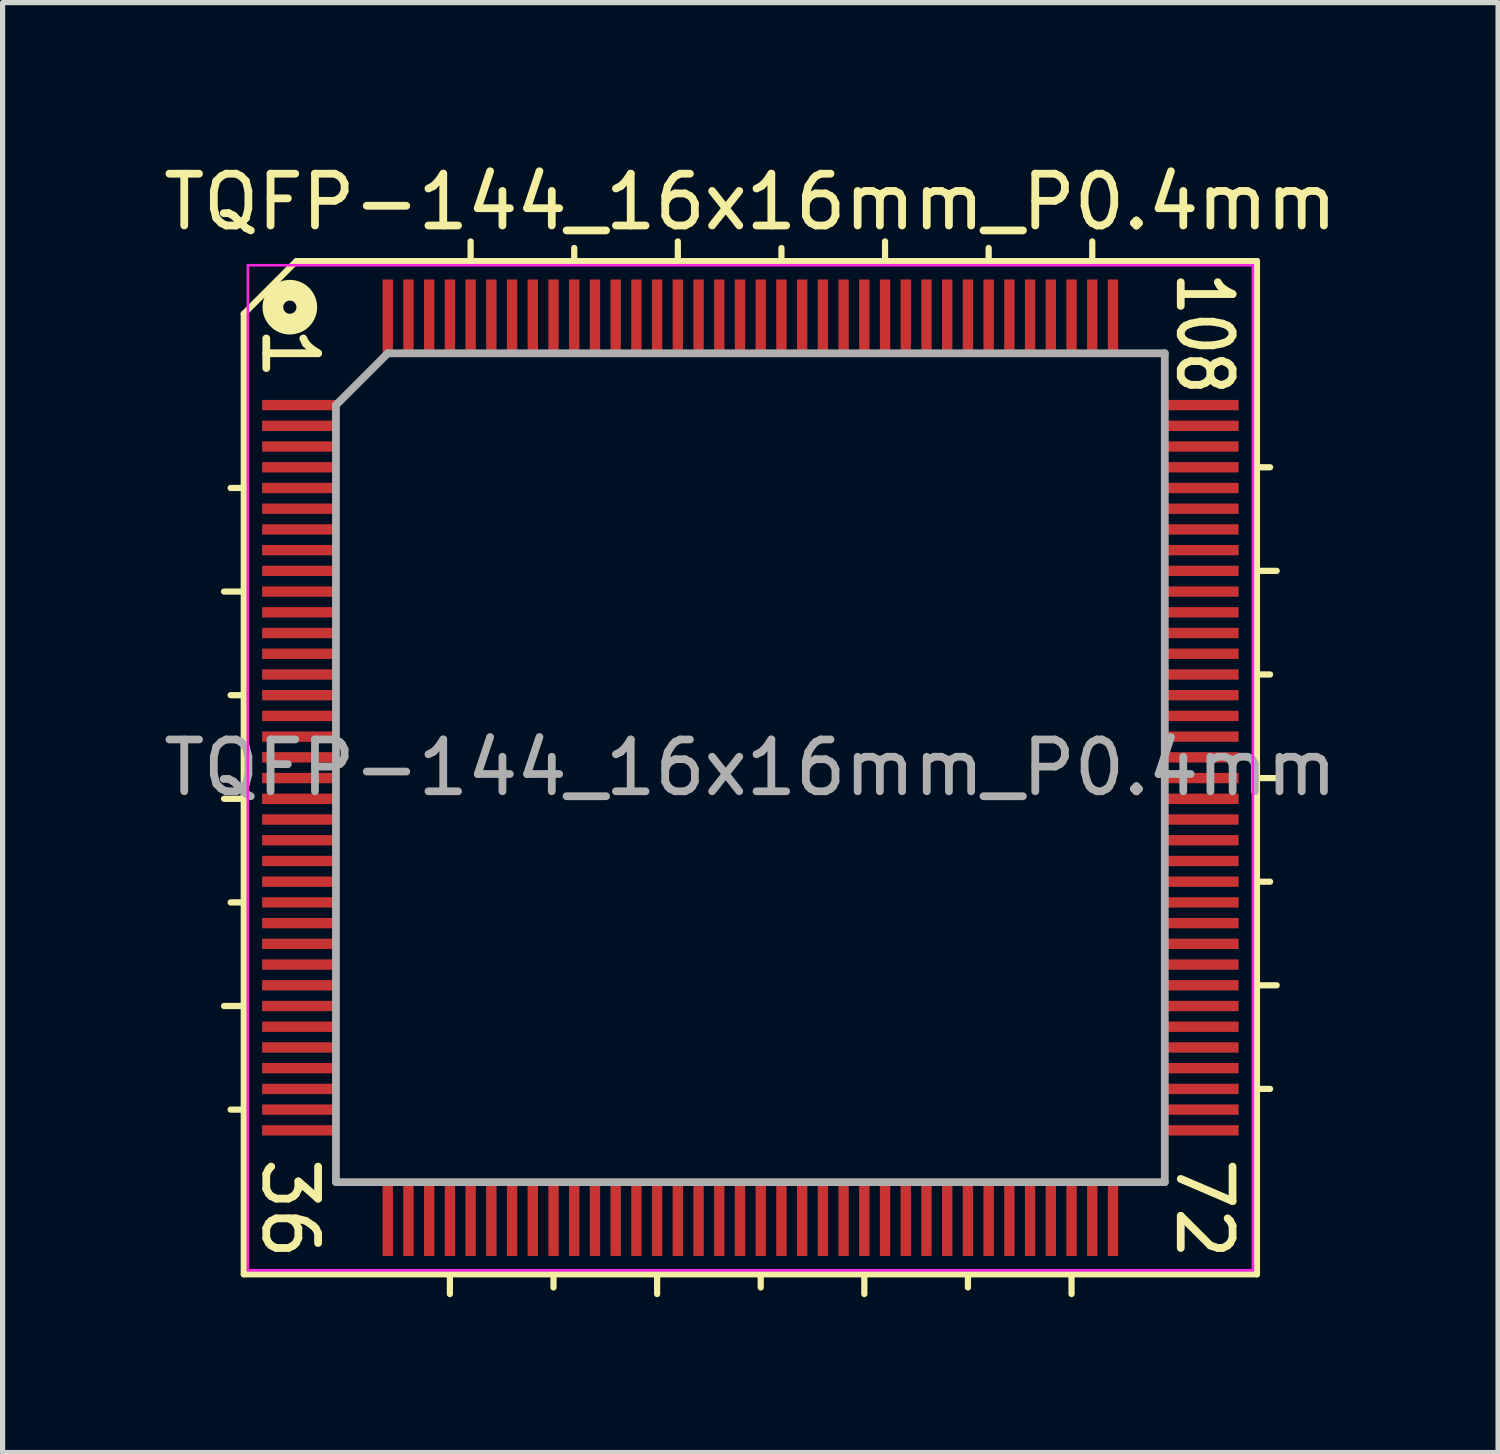
<source format=kicad_pcb>
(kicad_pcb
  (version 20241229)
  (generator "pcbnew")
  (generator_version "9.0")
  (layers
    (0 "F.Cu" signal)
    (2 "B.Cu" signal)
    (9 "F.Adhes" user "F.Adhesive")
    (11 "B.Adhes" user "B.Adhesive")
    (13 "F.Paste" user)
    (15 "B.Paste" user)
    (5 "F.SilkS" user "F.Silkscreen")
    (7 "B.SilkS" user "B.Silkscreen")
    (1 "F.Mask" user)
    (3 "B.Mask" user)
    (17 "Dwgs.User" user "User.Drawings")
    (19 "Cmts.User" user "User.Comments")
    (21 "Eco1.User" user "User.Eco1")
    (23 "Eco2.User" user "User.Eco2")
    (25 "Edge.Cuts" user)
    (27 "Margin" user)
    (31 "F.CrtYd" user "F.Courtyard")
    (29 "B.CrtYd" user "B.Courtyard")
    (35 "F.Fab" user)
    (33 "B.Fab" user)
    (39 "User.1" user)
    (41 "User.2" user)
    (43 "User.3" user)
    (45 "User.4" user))
  (footprint "TQFP-144_16x16mm_P0.4mm"
    (layer "F.Cu")
    (at 11.435 11.77)
    (property "Reference" "TQFP-144_16x16mm_P0.4mm" (at 0 -10.922 0) (layer "F.SilkS") (effects (font (size 1 1) (thickness 0.15))))
    (attr smd)
    (fp_line (start -10.16 -3.4) (end -9.8 -3.4) (stroke (width 0.12) (type solid)) (layer "F.SilkS"))
    (fp_line (start -10.16 0.6) (end -9.8 0.6) (stroke (width 0.12) (type solid)) (layer "F.SilkS"))
    (fp_line (start -10.16 4.6) (end -9.8 4.6) (stroke (width 0.12) (type solid)) (layer "F.SilkS"))
    (fp_line (start -10.033 -1.4) (end -9.8 -1.4) (stroke (width 0.12) (type solid)) (layer "F.SilkS"))
    (fp_line (start -10.033 2.6) (end -9.8 2.6) (stroke (width 0.12) (type solid)) (layer "F.SilkS"))
    (fp_line (start -10.033 6.6) (end -9.8 6.6) (stroke (width 0.12) (type solid)) (layer "F.SilkS"))
    (fp_line (start -9.779 -8.763) (end -9.779 9.779) (stroke (width 0.12) (type solid)) (layer "F.SilkS"))
    (fp_line (start -9.779 -5.4) (end -10.033 -5.4) (stroke (width 0.12) (type solid)) (layer "F.SilkS"))
    (fp_line (start -9.779 9.779) (end 9.779 9.779) (stroke (width 0.12) (type solid)) (layer "F.SilkS"))
    (fp_line (start -8.763 -9.779) (end -9.779 -8.763) (stroke (width 0.12) (type solid)) (layer "F.SilkS"))
    (fp_line (start -5.8 10.16) (end -5.8 9.8) (stroke (width 0.12) (type solid)) (layer "F.SilkS"))
    (fp_line (start -5.4 -9.8) (end -5.4 -10.16) (stroke (width 0.12) (type solid)) (layer "F.SilkS"))
    (fp_line (start -3.8 10.033) (end -3.8 9.8) (stroke (width 0.12) (type solid)) (layer "F.SilkS"))
    (fp_line (start -3.4 -9.8) (end -3.4 -10.033) (stroke (width 0.12) (type solid)) (layer "F.SilkS"))
    (fp_line (start -1.8 10.16) (end -1.8 9.8) (stroke (width 0.12) (type solid)) (layer "F.SilkS"))
    (fp_line (start -1.4 -9.8) (end -1.4 -10.16) (stroke (width 0.12) (type solid)) (layer "F.SilkS"))
    (fp_line (start 0.2 10.033) (end 0.2 9.8) (stroke (width 0.12) (type solid)) (layer "F.SilkS"))
    (fp_line (start 0.6 -9.8) (end 0.6 -10.033) (stroke (width 0.12) (type solid)) (layer "F.SilkS"))
    (fp_line (start 2.2 10.16) (end 2.2 9.8) (stroke (width 0.12) (type solid)) (layer "F.SilkS"))
    (fp_line (start 2.6 -9.8) (end 2.6 -10.16) (stroke (width 0.12) (type solid)) (layer "F.SilkS"))
    (fp_line (start 4.2 10.033) (end 4.2 9.8) (stroke (width 0.12) (type solid)) (layer "F.SilkS"))
    (fp_line (start 4.6 -9.8) (end 4.6 -10.033) (stroke (width 0.12) (type solid)) (layer "F.SilkS"))
    (fp_line (start 6.2 10.16) (end 6.2 9.8) (stroke (width 0.12) (type solid)) (layer "F.SilkS"))
    (fp_line (start 6.6 -9.8) (end 6.6 -10.16) (stroke (width 0.12) (type solid)) (layer "F.SilkS"))
    (fp_line (start 9.779 -9.779) (end -8.763 -9.779) (stroke (width 0.12) (type solid)) (layer "F.SilkS"))
    (fp_line (start 9.779 9.779) (end 9.779 -9.779) (stroke (width 0.12) (type solid)) (layer "F.SilkS"))
    (fp_line (start 9.8 -5.8) (end 10.033 -5.8) (stroke (width 0.12) (type solid)) (layer "F.SilkS"))
    (fp_line (start 9.8 -3.8) (end 10.16 -3.8) (stroke (width 0.12) (type solid)) (layer "F.SilkS"))
    (fp_line (start 9.8 -1.8) (end 10.033 -1.8) (stroke (width 0.12) (type solid)) (layer "F.SilkS"))
    (fp_line (start 9.8 0.2) (end 10.16 0.2) (stroke (width 0.12) (type solid)) (layer "F.SilkS"))
    (fp_line (start 9.8 2.2) (end 10.033 2.2) (stroke (width 0.12) (type solid)) (layer "F.SilkS"))
    (fp_line (start 9.8 4.2) (end 10.16 4.2) (stroke (width 0.12) (type solid)) (layer "F.SilkS"))
    (fp_line (start 9.8 6.2) (end 10.033 6.2) (stroke (width 0.12) (type solid)) (layer "F.SilkS"))
    (fp_circle (center -8.89 -8.89) (end -8.763 -8.89) (stroke (width 0.4) (type solid)) (fill no) (layer "F.SilkS"))
    (fp_line (start -9.7 -9.7) (end -9.7 9.7) (stroke (width 0.05) (type solid)) (layer "F.CrtYd"))
    (fp_line (start -9.7 -9.7) (end 9.7 -9.7) (stroke (width 0.05) (type solid)) (layer "F.CrtYd"))
    (fp_line (start -9.7 9.7) (end 9.7 9.7) (stroke (width 0.05) (type solid)) (layer "F.CrtYd"))
    (fp_line (start 9.7 -9.7) (end 9.7 9.7) (stroke (width 0.05) (type solid)) (layer "F.CrtYd"))
    (fp_line (start -8 -7) (end -7 -8) (stroke (width 0.15) (type solid)) (layer "F.Fab"))
    (fp_line (start -8 8) (end -8 -7) (stroke (width 0.15) (type solid)) (layer "F.Fab"))
    (fp_line (start -7 -8) (end 8 -8) (stroke (width 0.15) (type solid)) (layer "F.Fab"))
    (fp_line (start 8 -8) (end 8 8) (stroke (width 0.15) (type solid)) (layer "F.Fab"))
    (fp_line (start 8 8) (end -8 8) (stroke (width 0.15) (type solid)) (layer "F.Fab"))
    (fp_text user "36" (at -8.89 8.509 270) (unlocked yes) (layer "F.SilkS") (effects (font (size 1 1) (thickness 0.15))))
    (fp_text user "1" (at -8.89 -8.001 270) (unlocked yes) (layer "F.SilkS") (effects (font (size 1 1) (thickness 0.15))))
    (fp_text user "108" (at 8.763 -8.382 270) (unlocked yes) (layer "F.SilkS") (effects (font (size 1 0.8) (thickness 0.15))))
    (fp_text user "72" (at 8.763 8.509 270) (unlocked yes) (layer "F.SilkS") (effects (font (size 1 1) (thickness 0.15))))
    (fp_text user "${REFERENCE}" (at 0 0 0) (layer "F.Fab") (effects (font (size 1 1) (thickness 0.15))))
    (pad "1" smd rect (at -8.7 -7) (size 1.45 0.2) (layers "F.Cu" "F.Mask" "F.Paste"))
    (pad "2" smd rect (at -8.7 -6.6) (size 1.45 0.2) (layers "F.Cu" "F.Mask" "F.Paste"))
    (pad "3" smd rect (at -8.7 -6.2) (size 1.45 0.2) (layers "F.Cu" "F.Mask" "F.Paste"))
    (pad "4" smd rect (at -8.7 -5.8) (size 1.45 0.2) (layers "F.Cu" "F.Mask" "F.Paste"))
    (pad "5" smd rect (at -8.7 -5.4) (size 1.45 0.2) (layers "F.Cu" "F.Mask" "F.Paste"))
    (pad "6" smd rect (at -8.7 -5) (size 1.45 0.2) (layers "F.Cu" "F.Mask" "F.Paste"))
    (pad "7" smd rect (at -8.7 -4.6) (size 1.45 0.2) (layers "F.Cu" "F.Mask" "F.Paste"))
    (pad "8" smd rect (at -8.7 -4.2) (size 1.45 0.2) (layers "F.Cu" "F.Mask" "F.Paste"))
    (pad "9" smd rect (at -8.7 -3.8) (size 1.45 0.2) (layers "F.Cu" "F.Mask" "F.Paste"))
    (pad "10" smd rect (at -8.7 -3.4) (size 1.45 0.2) (layers "F.Cu" "F.Mask" "F.Paste"))
    (pad "11" smd rect (at -8.7 -3) (size 1.45 0.2) (layers "F.Cu" "F.Mask" "F.Paste"))
    (pad "12" smd rect (at -8.7 -2.6) (size 1.45 0.2) (layers "F.Cu" "F.Mask" "F.Paste"))
    (pad "13" smd rect (at -8.7 -2.2) (size 1.45 0.2) (layers "F.Cu" "F.Mask" "F.Paste"))
    (pad "14" smd rect (at -8.7 -1.8) (size 1.45 0.2) (layers "F.Cu" "F.Mask" "F.Paste"))
    (pad "15" smd rect (at -8.7 -1.4) (size 1.45 0.2) (layers "F.Cu" "F.Mask" "F.Paste"))
    (pad "16" smd rect (at -8.7 -1) (size 1.45 0.2) (layers "F.Cu" "F.Mask" "F.Paste"))
    (pad "17" smd rect (at -8.7 -0.6) (size 1.45 0.2) (layers "F.Cu" "F.Mask" "F.Paste"))
    (pad "18" smd rect (at -8.7 -0.2) (size 1.45 0.2) (layers "F.Cu" "F.Mask" "F.Paste"))
    (pad "19" smd rect (at -8.7 0.2) (size 1.45 0.2) (layers "F.Cu" "F.Mask" "F.Paste"))
    (pad "20" smd rect (at -8.7 0.6) (size 1.45 0.2) (layers "F.Cu" "F.Mask" "F.Paste"))
    (pad "21" smd rect (at -8.7 1) (size 1.45 0.2) (layers "F.Cu" "F.Mask" "F.Paste"))
    (pad "22" smd rect (at -8.7 1.4) (size 1.45 0.2) (layers "F.Cu" "F.Mask" "F.Paste"))
    (pad "23" smd rect (at -8.7 1.8) (size 1.45 0.2) (layers "F.Cu" "F.Mask" "F.Paste"))
    (pad "24" smd rect (at -8.7 2.2) (size 1.45 0.2) (layers "F.Cu" "F.Mask" "F.Paste"))
    (pad "25" smd rect (at -8.7 2.6) (size 1.45 0.2) (layers "F.Cu" "F.Mask" "F.Paste"))
    (pad "26" smd rect (at -8.7 3) (size 1.45 0.2) (layers "F.Cu" "F.Mask" "F.Paste"))
    (pad "27" smd rect (at -8.7 3.4) (size 1.45 0.2) (layers "F.Cu" "F.Mask" "F.Paste"))
    (pad "28" smd rect (at -8.7 3.8) (size 1.45 0.2) (layers "F.Cu" "F.Mask" "F.Paste"))
    (pad "29" smd rect (at -8.7 4.2) (size 1.45 0.2) (layers "F.Cu" "F.Mask" "F.Paste"))
    (pad "30" smd rect (at -8.7 4.6) (size 1.45 0.2) (layers "F.Cu" "F.Mask" "F.Paste"))
    (pad "31" smd rect (at -8.7 5) (size 1.45 0.2) (layers "F.Cu" "F.Mask" "F.Paste"))
    (pad "32" smd rect (at -8.7 5.4) (size 1.45 0.2) (layers "F.Cu" "F.Mask" "F.Paste"))
    (pad "33" smd rect (at -8.7 5.8) (size 1.45 0.2) (layers "F.Cu" "F.Mask" "F.Paste"))
    (pad "34" smd rect (at -8.7 6.2) (size 1.45 0.2) (layers "F.Cu" "F.Mask" "F.Paste"))
    (pad "35" smd rect (at -8.7 6.6) (size 1.45 0.2) (layers "F.Cu" "F.Mask" "F.Paste"))
    (pad "36" smd rect (at -8.7 7) (size 1.45 0.2) (layers "F.Cu" "F.Mask" "F.Paste"))
    (pad "37" smd rect (at -7 8.7 90) (size 1.45 0.2) (layers "F.Cu" "F.Mask" "F.Paste"))
    (pad "38" smd rect (at -6.6 8.7 90) (size 1.45 0.2) (layers "F.Cu" "F.Mask" "F.Paste"))
    (pad "39" smd rect (at -6.2 8.7 90) (size 1.45 0.2) (layers "F.Cu" "F.Mask" "F.Paste"))
    (pad "40" smd rect (at -5.8 8.7 90) (size 1.45 0.2) (layers "F.Cu" "F.Mask" "F.Paste"))
    (pad "41" smd rect (at -5.4 8.7 90) (size 1.45 0.2) (layers "F.Cu" "F.Mask" "F.Paste"))
    (pad "42" smd rect (at -5 8.7 90) (size 1.45 0.2) (layers "F.Cu" "F.Mask" "F.Paste"))
    (pad "43" smd rect (at -4.6 8.7 90) (size 1.45 0.2) (layers "F.Cu" "F.Mask" "F.Paste"))
    (pad "44" smd rect (at -4.2 8.7 90) (size 1.45 0.2) (layers "F.Cu" "F.Mask" "F.Paste"))
    (pad "45" smd rect (at -3.8 8.7 90) (size 1.45 0.2) (layers "F.Cu" "F.Mask" "F.Paste"))
    (pad "46" smd rect (at -3.4 8.7 90) (size 1.45 0.2) (layers "F.Cu" "F.Mask" "F.Paste"))
    (pad "47" smd rect (at -3 8.7 90) (size 1.45 0.2) (layers "F.Cu" "F.Mask" "F.Paste"))
    (pad "48" smd rect (at -2.6 8.7 90) (size 1.45 0.2) (layers "F.Cu" "F.Mask" "F.Paste"))
    (pad "49" smd rect (at -2.2 8.7 90) (size 1.45 0.2) (layers "F.Cu" "F.Mask" "F.Paste"))
    (pad "50" smd rect (at -1.8 8.7 90) (size 1.45 0.2) (layers "F.Cu" "F.Mask" "F.Paste"))
    (pad "51" smd rect (at -1.4 8.7 90) (size 1.45 0.2) (layers "F.Cu" "F.Mask" "F.Paste"))
    (pad "52" smd rect (at -1 8.7 90) (size 1.45 0.2) (layers "F.Cu" "F.Mask" "F.Paste"))
    (pad "53" smd rect (at -0.6 8.7 90) (size 1.45 0.2) (layers "F.Cu" "F.Mask" "F.Paste"))
    (pad "54" smd rect (at -0.2 8.7 90) (size 1.45 0.2) (layers "F.Cu" "F.Mask" "F.Paste"))
    (pad "55" smd rect (at 0.2 8.7 90) (size 1.45 0.2) (layers "F.Cu" "F.Mask" "F.Paste"))
    (pad "56" smd rect (at 0.6 8.7 90) (size 1.45 0.2) (layers "F.Cu" "F.Mask" "F.Paste"))
    (pad "57" smd rect (at 1 8.7 90) (size 1.45 0.2) (layers "F.Cu" "F.Mask" "F.Paste"))
    (pad "58" smd rect (at 1.4 8.7 90) (size 1.45 0.2) (layers "F.Cu" "F.Mask" "F.Paste"))
    (pad "59" smd rect (at 1.8 8.7 90) (size 1.45 0.2) (layers "F.Cu" "F.Mask" "F.Paste"))
    (pad "60" smd rect (at 2.2 8.7 90) (size 1.45 0.2) (layers "F.Cu" "F.Mask" "F.Paste"))
    (pad "61" smd rect (at 2.6 8.7 90) (size 1.45 0.2) (layers "F.Cu" "F.Mask" "F.Paste"))
    (pad "62" smd rect (at 3 8.7 90) (size 1.45 0.2) (layers "F.Cu" "F.Mask" "F.Paste"))
    (pad "63" smd rect (at 3.4 8.7 90) (size 1.45 0.2) (layers "F.Cu" "F.Mask" "F.Paste"))
    (pad "64" smd rect (at 3.8 8.7 90) (size 1.45 0.2) (layers "F.Cu" "F.Mask" "F.Paste"))
    (pad "65" smd rect (at 4.2 8.7 90) (size 1.45 0.2) (layers "F.Cu" "F.Mask" "F.Paste"))
    (pad "66" smd rect (at 4.6 8.7 90) (size 1.45 0.2) (layers "F.Cu" "F.Mask" "F.Paste"))
    (pad "67" smd rect (at 5 8.7 90) (size 1.45 0.2) (layers "F.Cu" "F.Mask" "F.Paste"))
    (pad "68" smd rect (at 5.4 8.7 90) (size 1.45 0.2) (layers "F.Cu" "F.Mask" "F.Paste"))
    (pad "69" smd rect (at 5.8 8.7 90) (size 1.45 0.2) (layers "F.Cu" "F.Mask" "F.Paste"))
    (pad "70" smd rect (at 6.2 8.7 90) (size 1.45 0.2) (layers "F.Cu" "F.Mask" "F.Paste"))
    (pad "71" smd rect (at 6.6 8.7 90) (size 1.45 0.2) (layers "F.Cu" "F.Mask" "F.Paste"))
    (pad "72" smd rect (at 7 8.7 90) (size 1.45 0.2) (layers "F.Cu" "F.Mask" "F.Paste"))
    (pad "73" smd rect (at 8.7 7) (size 1.45 0.2) (layers "F.Cu" "F.Mask" "F.Paste"))
    (pad "74" smd rect (at 8.7 6.6) (size 1.45 0.2) (layers "F.Cu" "F.Mask" "F.Paste"))
    (pad "75" smd rect (at 8.7 6.2) (size 1.45 0.2) (layers "F.Cu" "F.Mask" "F.Paste"))
    (pad "76" smd rect (at 8.7 5.8) (size 1.45 0.2) (layers "F.Cu" "F.Mask" "F.Paste"))
    (pad "77" smd rect (at 8.7 5.4) (size 1.45 0.2) (layers "F.Cu" "F.Mask" "F.Paste"))
    (pad "78" smd rect (at 8.7 5) (size 1.45 0.2) (layers "F.Cu" "F.Mask" "F.Paste"))
    (pad "79" smd rect (at 8.7 4.6) (size 1.45 0.2) (layers "F.Cu" "F.Mask" "F.Paste"))
    (pad "80" smd rect (at 8.7 4.2) (size 1.45 0.2) (layers "F.Cu" "F.Mask" "F.Paste"))
    (pad "81" smd rect (at 8.7 3.8) (size 1.45 0.2) (layers "F.Cu" "F.Mask" "F.Paste"))
    (pad "82" smd rect (at 8.7 3.4) (size 1.45 0.2) (layers "F.Cu" "F.Mask" "F.Paste"))
    (pad "83" smd rect (at 8.7 3) (size 1.45 0.2) (layers "F.Cu" "F.Mask" "F.Paste"))
    (pad "84" smd rect (at 8.7 2.6) (size 1.45 0.2) (layers "F.Cu" "F.Mask" "F.Paste"))
    (pad "85" smd rect (at 8.7 2.2) (size 1.45 0.2) (layers "F.Cu" "F.Mask" "F.Paste"))
    (pad "86" smd rect (at 8.7 1.8) (size 1.45 0.2) (layers "F.Cu" "F.Mask" "F.Paste"))
    (pad "87" smd rect (at 8.7 1.4) (size 1.45 0.2) (layers "F.Cu" "F.Mask" "F.Paste"))
    (pad "88" smd rect (at 8.7 1) (size 1.45 0.2) (layers "F.Cu" "F.Mask" "F.Paste"))
    (pad "89" smd rect (at 8.7 0.6) (size 1.45 0.2) (layers "F.Cu" "F.Mask" "F.Paste"))
    (pad "90" smd rect (at 8.7 0.2) (size 1.45 0.2) (layers "F.Cu" "F.Mask" "F.Paste"))
    (pad "91" smd rect (at 8.7 -0.2) (size 1.45 0.2) (layers "F.Cu" "F.Mask" "F.Paste"))
    (pad "92" smd rect (at 8.7 -0.6) (size 1.45 0.2) (layers "F.Cu" "F.Mask" "F.Paste"))
    (pad "93" smd rect (at 8.7 -1) (size 1.45 0.2) (layers "F.Cu" "F.Mask" "F.Paste"))
    (pad "94" smd rect (at 8.7 -1.4) (size 1.45 0.2) (layers "F.Cu" "F.Mask" "F.Paste"))
    (pad "95" smd rect (at 8.7 -1.8) (size 1.45 0.2) (layers "F.Cu" "F.Mask" "F.Paste"))
    (pad "96" smd rect (at 8.7 -2.2) (size 1.45 0.2) (layers "F.Cu" "F.Mask" "F.Paste"))
    (pad "97" smd rect (at 8.7 -2.6) (size 1.45 0.2) (layers "F.Cu" "F.Mask" "F.Paste"))
    (pad "98" smd rect (at 8.7 -3) (size 1.45 0.2) (layers "F.Cu" "F.Mask" "F.Paste"))
    (pad "99" smd rect (at 8.7 -3.4) (size 1.45 0.2) (layers "F.Cu" "F.Mask" "F.Paste"))
    (pad "100" smd rect (at 8.7 -3.8) (size 1.45 0.2) (layers "F.Cu" "F.Mask" "F.Paste"))
    (pad "101" smd rect (at 8.7 -4.2) (size 1.45 0.2) (layers "F.Cu" "F.Mask" "F.Paste"))
    (pad "102" smd rect (at 8.7 -4.6) (size 1.45 0.2) (layers "F.Cu" "F.Mask" "F.Paste"))
    (pad "103" smd rect (at 8.7 -5) (size 1.45 0.2) (layers "F.Cu" "F.Mask" "F.Paste"))
    (pad "104" smd rect (at 8.7 -5.4) (size 1.45 0.2) (layers "F.Cu" "F.Mask" "F.Paste"))
    (pad "105" smd rect (at 8.7 -5.8) (size 1.45 0.2) (layers "F.Cu" "F.Mask" "F.Paste"))
    (pad "106" smd rect (at 8.7 -6.2) (size 1.45 0.2) (layers "F.Cu" "F.Mask" "F.Paste"))
    (pad "107" smd rect (at 8.7 -6.6) (size 1.45 0.2) (layers "F.Cu" "F.Mask" "F.Paste"))
    (pad "108" smd rect (at 8.7 -7) (size 1.45 0.2) (layers "F.Cu" "F.Mask" "F.Paste"))
    (pad "109" smd rect (at 7 -8.7 90) (size 1.45 0.2) (layers "F.Cu" "F.Mask" "F.Paste"))
    (pad "110" smd rect (at 6.6 -8.7 90) (size 1.45 0.2) (layers "F.Cu" "F.Mask" "F.Paste"))
    (pad "111" smd rect (at 6.2 -8.7 90) (size 1.45 0.2) (layers "F.Cu" "F.Mask" "F.Paste"))
    (pad "112" smd rect (at 5.8 -8.7 90) (size 1.45 0.2) (layers "F.Cu" "F.Mask" "F.Paste"))
    (pad "113" smd rect (at 5.4 -8.7 90) (size 1.45 0.2) (layers "F.Cu" "F.Mask" "F.Paste"))
    (pad "114" smd rect (at 5 -8.7 90) (size 1.45 0.2) (layers "F.Cu" "F.Mask" "F.Paste"))
    (pad "115" smd rect (at 4.6 -8.7 90) (size 1.45 0.2) (layers "F.Cu" "F.Mask" "F.Paste"))
    (pad "116" smd rect (at 4.2 -8.7 90) (size 1.45 0.2) (layers "F.Cu" "F.Mask" "F.Paste"))
    (pad "117" smd rect (at 3.8 -8.7 90) (size 1.45 0.2) (layers "F.Cu" "F.Mask" "F.Paste"))
    (pad "118" smd rect (at 3.4 -8.7 90) (size 1.45 0.2) (layers "F.Cu" "F.Mask" "F.Paste"))
    (pad "119" smd rect (at 3 -8.7 90) (size 1.45 0.2) (layers "F.Cu" "F.Mask" "F.Paste"))
    (pad "120" smd rect (at 2.6 -8.7 90) (size 1.45 0.2) (layers "F.Cu" "F.Mask" "F.Paste"))
    (pad "121" smd rect (at 2.2 -8.7 90) (size 1.45 0.2) (layers "F.Cu" "F.Mask" "F.Paste"))
    (pad "122" smd rect (at 1.8 -8.7 90) (size 1.45 0.2) (layers "F.Cu" "F.Mask" "F.Paste"))
    (pad "123" smd rect (at 1.4 -8.7 90) (size 1.45 0.2) (layers "F.Cu" "F.Mask" "F.Paste"))
    (pad "124" smd rect (at 1 -8.7 90) (size 1.45 0.2) (layers "F.Cu" "F.Mask" "F.Paste"))
    (pad "125" smd rect (at 0.6 -8.7 90) (size 1.45 0.2) (layers "F.Cu" "F.Mask" "F.Paste"))
    (pad "126" smd rect (at 0.2 -8.7 90) (size 1.45 0.2) (layers "F.Cu" "F.Mask" "F.Paste"))
    (pad "127" smd rect (at -0.2 -8.7 90) (size 1.45 0.2) (layers "F.Cu" "F.Mask" "F.Paste"))
    (pad "128" smd rect (at -0.6 -8.7 90) (size 1.45 0.2) (layers "F.Cu" "F.Mask" "F.Paste"))
    (pad "129" smd rect (at -1 -8.7 90) (size 1.45 0.2) (layers "F.Cu" "F.Mask" "F.Paste"))
    (pad "130" smd rect (at -1.4 -8.7 90) (size 1.45 0.2) (layers "F.Cu" "F.Mask" "F.Paste"))
    (pad "131" smd rect (at -1.8 -8.7 90) (size 1.45 0.2) (layers "F.Cu" "F.Mask" "F.Paste"))
    (pad "132" smd rect (at -2.2 -8.7 90) (size 1.45 0.2) (layers "F.Cu" "F.Mask" "F.Paste"))
    (pad "133" smd rect (at -2.6 -8.7 90) (size 1.45 0.2) (layers "F.Cu" "F.Mask" "F.Paste"))
    (pad "134" smd rect (at -3 -8.7 90) (size 1.45 0.2) (layers "F.Cu" "F.Mask" "F.Paste"))
    (pad "135" smd rect (at -3.4 -8.7 90) (size 1.45 0.2) (layers "F.Cu" "F.Mask" "F.Paste"))
    (pad "136" smd rect (at -3.8 -8.7 90) (size 1.45 0.2) (layers "F.Cu" "F.Mask" "F.Paste"))
    (pad "137" smd rect (at -4.2 -8.7 90) (size 1.45 0.2) (layers "F.Cu" "F.Mask" "F.Paste"))
    (pad "138" smd rect (at -4.6 -8.7 90) (size 1.45 0.2) (layers "F.Cu" "F.Mask" "F.Paste"))
    (pad "139" smd rect (at -5 -8.7 90) (size 1.45 0.2) (layers "F.Cu" "F.Mask" "F.Paste"))
    (pad "140" smd rect (at -5.4 -8.7 90) (size 1.45 0.2) (layers "F.Cu" "F.Mask" "F.Paste"))
    (pad "141" smd rect (at -5.8 -8.7 90) (size 1.45 0.2) (layers "F.Cu" "F.Mask" "F.Paste"))
    (pad "142" smd rect (at -6.2 -8.7 90) (size 1.45 0.2) (layers "F.Cu" "F.Mask" "F.Paste"))
    (pad "143" smd rect (at -6.6 -8.7 90) (size 1.45 0.2) (layers "F.Cu" "F.Mask" "F.Paste"))
    (pad "144" smd rect (at -7 -8.7 90) (size 1.45 0.2) (layers "F.Cu" "F.Mask" "F.Paste")))
  (gr_rect
    (start -3 -3)
    (end 25.869 24.99)
    (stroke (width 0.1) (type default))
    (fill no)
    (layer "Edge.Cuts")))
</source>
